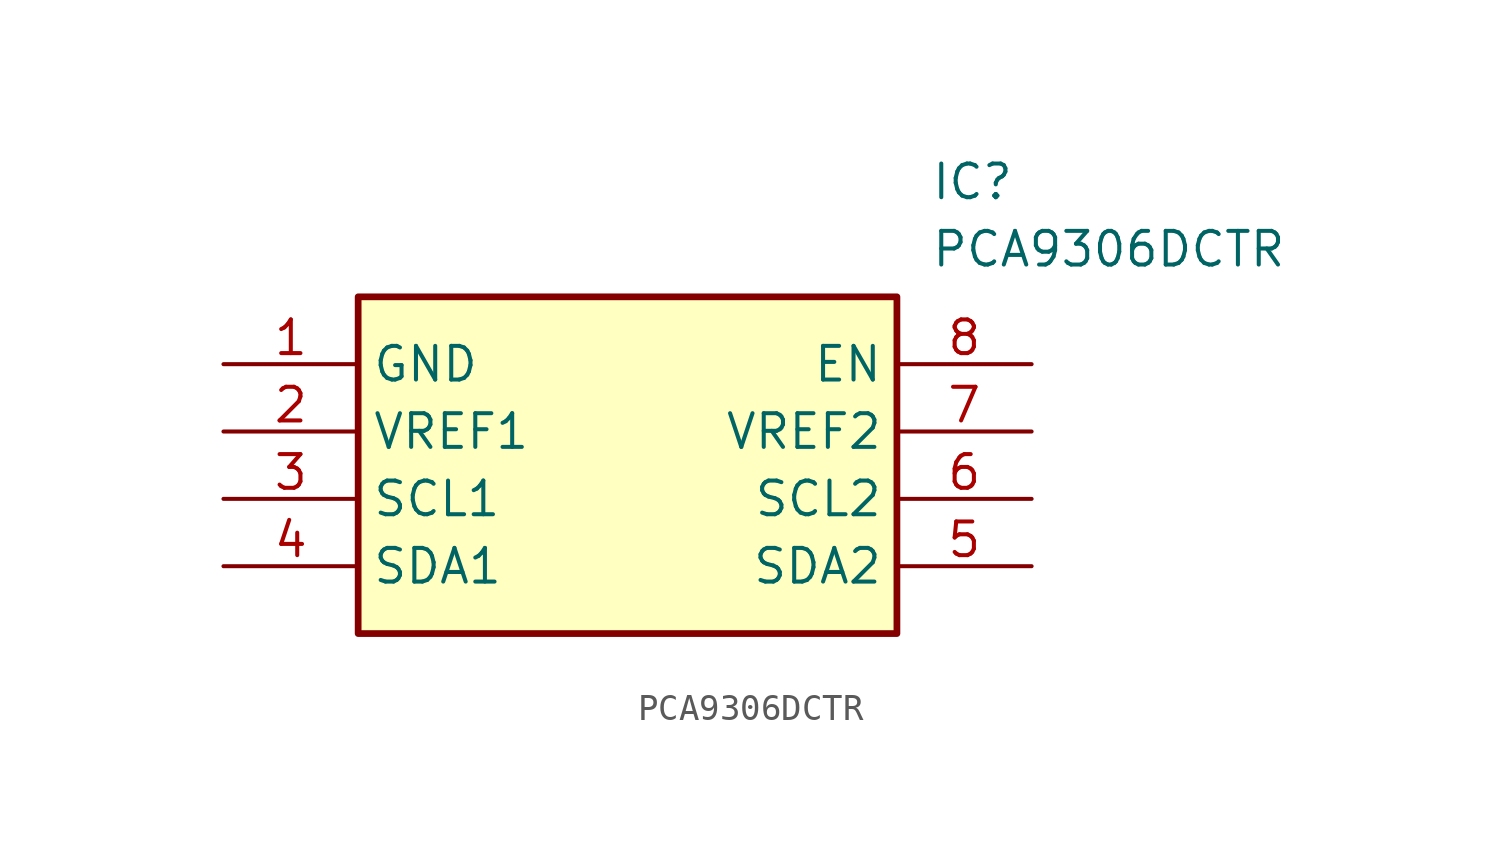
<source format=kicad_sym>
(kicad_symbol_lib
  (version 20211014)
  (generator SamacSys_ECAD_Model)
  (symbol "PCA9306DCTR"
    (property "Reference" "IC"
      (at 26.67 7.62 0)
      (effects (font (size 1.27 1.27)) (justify left top)))
    (property "Value" "PCA9306DCTR"
      (at 26.67 5.08 0)
      (effects (font (size 1.27 1.27)) (justify left top)))
    (rectangle
      (start 5.08 2.54)
      (end 25.4 -10.16)
      (stroke (width 0.254) (type default))
      (fill (type background)))
    (pin passive line
      (at 0 0 0)
      (length 5.08)
      (name "GND" (effects (font (size 1.27 1.27))))
      (number "1" (effects (font (size 1.27 1.27)))))
    (pin passive line
      (at 0 -2.54 0)
      (length 5.08)
      (name "VREF1" (effects (font (size 1.27 1.27))))
      (number "2" (effects (font (size 1.27 1.27)))))
    (pin passive line
      (at 0 -5.08 0)
      (length 5.08)
      (name "SCL1" (effects (font (size 1.27 1.27))))
      (number "3" (effects (font (size 1.27 1.27)))))
    (pin passive line
      (at 0 -7.62 0)
      (length 5.08)
      (name "SDA1" (effects (font (size 1.27 1.27))))
      (number "4" (effects (font (size 1.27 1.27)))))
    (pin passive line
      (at 30.48 0 180)
      (length 5.08)
      (name "EN" (effects (font (size 1.27 1.27))))
      (number "8" (effects (font (size 1.27 1.27)))))
    (pin passive line
      (at 30.48 -2.54 180)
      (length 5.08)
      (name "VREF2" (effects (font (size 1.27 1.27))))
      (number "7" (effects (font (size 1.27 1.27)))))
    (pin passive line
      (at 30.48 -5.08 180)
      (length 5.08)
      (name "SCL2" (effects (font (size 1.27 1.27))))
      (number "6" (effects (font (size 1.27 1.27)))))
    (pin passive line
      (at 30.48 -7.62 180)
      (length 5.08)
      (name "SDA2" (effects (font (size 1.27 1.27))))
      (number "5" (effects (font (size 1.27 1.27)))))))
</source>
